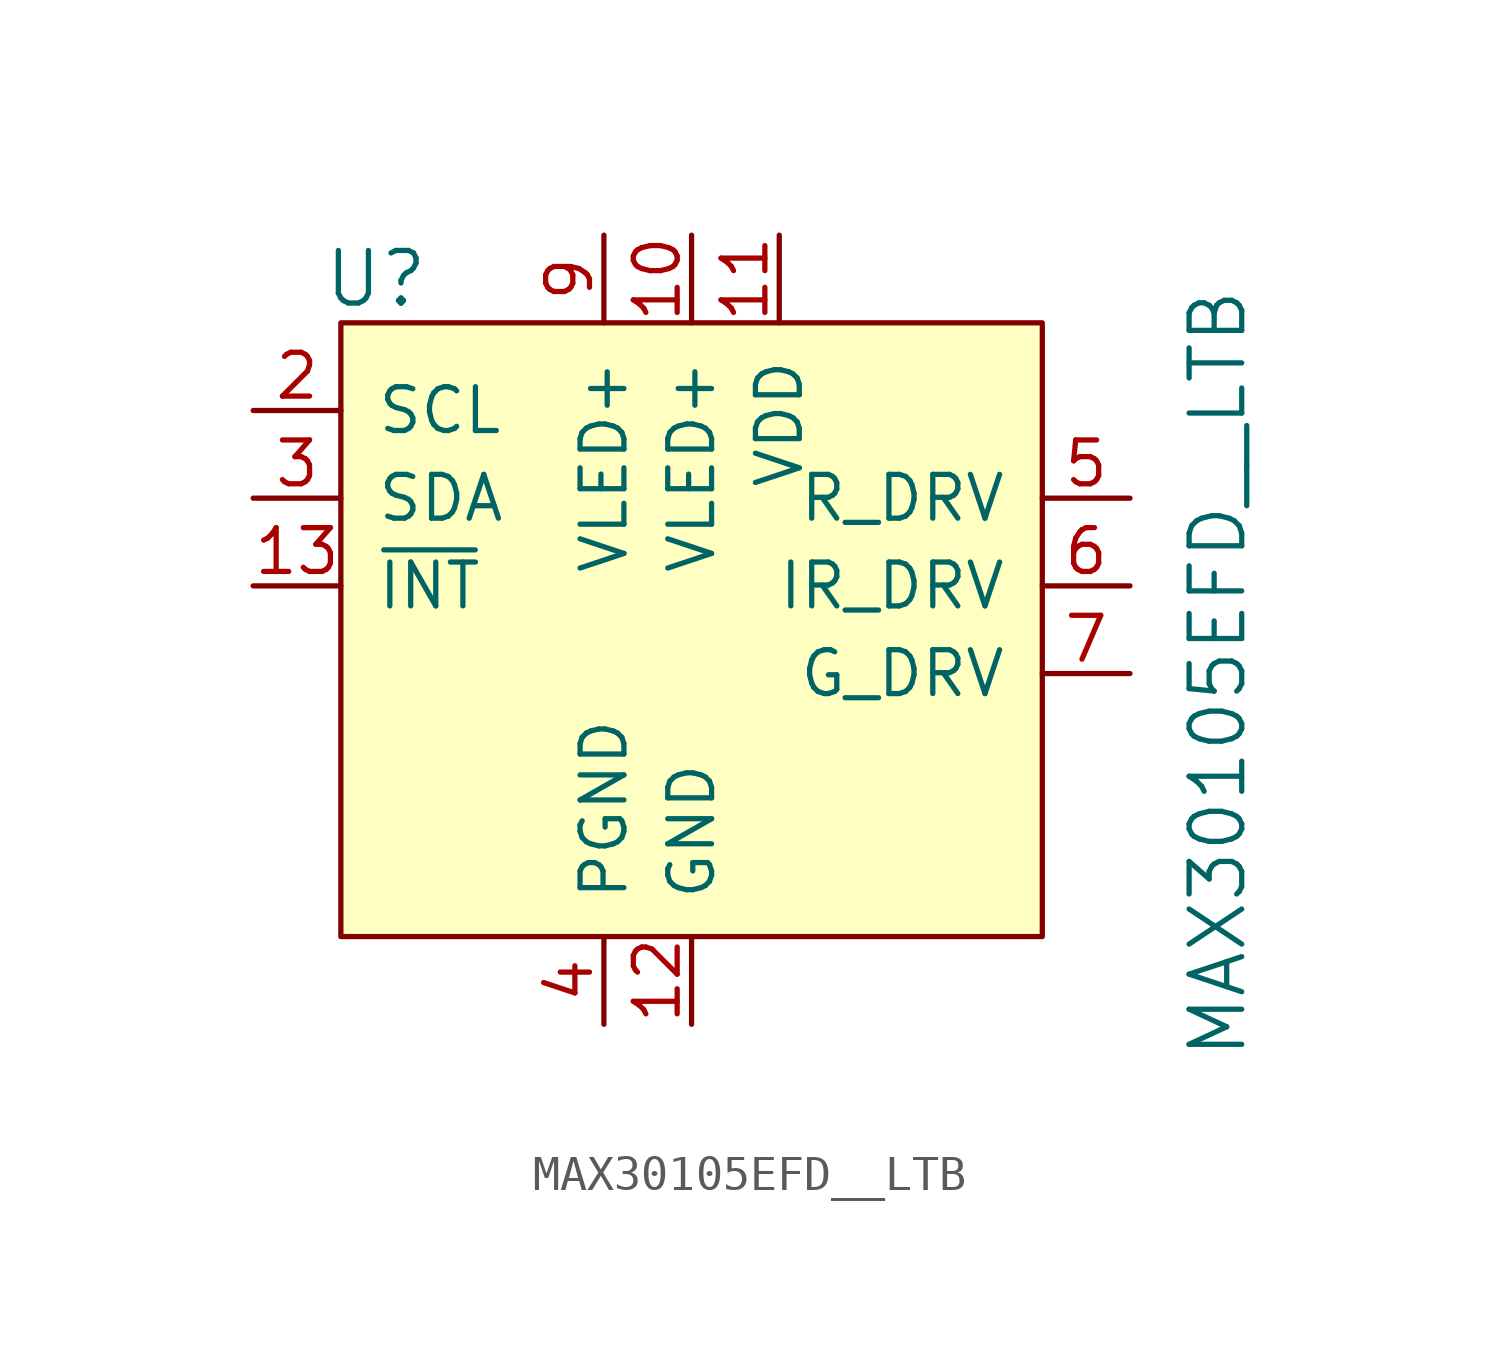
<source format=kicad_sym>
(kicad_symbol_lib
  (version 20201005)
  (generator kicad_symbol_editor)
  (symbol "MAX30105EFD__LTB"
    (pin_names
      (offset 1.016))
    (property "Reference" "U"
      (at -9.144 11.43 0)
      (effects (font (size 1.524 1.524))))
    (property "Value" "MAX30105EFD__LTB"
      (at 15.24 0 90)
      (effects (font (size 1.524 1.524))))
    (symbol "MAX30105EFD__LTB_0_1"
      (rectangle (start -10.16 10.16) (end 10.16 -7.62) (stroke (width 0)) (fill (type background))))
    (symbol "MAX30105EFD__LTB_1_1"
      (pin no_connect line (at -10.16 0 0) (length 2.54) hide (name "NC" (effects (font (size 1.27 1.27)))) (number "1" (effects (font (size 1.27 1.27)))))
      (pin input line (at -12.7 7.62 0) (length 2.54) (name "SCL" (effects (font (size 1.27 1.27)))) (number "2" (effects (font (size 1.27 1.27)))))
      (pin bidirectional line (at -12.7 5.08 0) (length 2.54) (name "SDA" (effects (font (size 1.27 1.27)))) (number "3" (effects (font (size 1.27 1.27)))))
      (pin power_in line (at -2.54 -10.16 90) (length 2.54) (name "PGND" (effects (font (size 1.27 1.27)))) (number "4" (effects (font (size 1.27 1.27)))))
      (pin output line (at 12.7 5.08 180) (length 2.54) (name "R_DRV" (effects (font (size 1.27 1.27)))) (number "5" (effects (font (size 1.27 1.27)))))
      (pin output line (at 12.7 2.54 180) (length 2.54) (name "IR_DRV" (effects (font (size 1.27 1.27)))) (number "6" (effects (font (size 1.27 1.27)))))
      (pin output line (at 12.7 0 180) (length 2.54) (name "G_DRV" (effects (font (size 1.27 1.27)))) (number "7" (effects (font (size 1.27 1.27)))))
      (pin no_connect line (at -10.16 -5.08 0) (length 2.54) hide (name "NC" (effects (font (size 1.27 1.27)))) (number "8" (effects (font (size 1.27 1.27)))))
      (pin power_in line (at -2.54 12.7 270) (length 2.54) (name "VLED+" (effects (font (size 1.27 1.27)))) (number "9" (effects (font (size 1.27 1.27)))))
      (pin power_in line (at 0 12.7 270) (length 2.54) (name "VLED+" (effects (font (size 1.27 1.27)))) (number "10" (effects (font (size 1.27 1.27)))))
      (pin power_in line (at 2.54 12.7 270) (length 2.54) (name "VDD" (effects (font (size 1.27 1.27)))) (number "11" (effects (font (size 1.27 1.27)))))
      (pin power_in line (at 0 -10.16 90) (length 2.54) (name "GND" (effects (font (size 1.27 1.27)))) (number "12" (effects (font (size 1.27 1.27)))))
      (pin input line (at -12.7 2.54 0) (length 2.54) (name "~INT" (effects (font (size 1.27 1.27)))) (number "13" (effects (font (size 1.27 1.27)))))
      (pin no_connect line (at -10.16 -2.54 0) (length 2.54) hide (name "NC" (effects (font (size 1.27 1.27)))) (number "14" (effects (font (size 1.27 1.27))))))))
</source>
